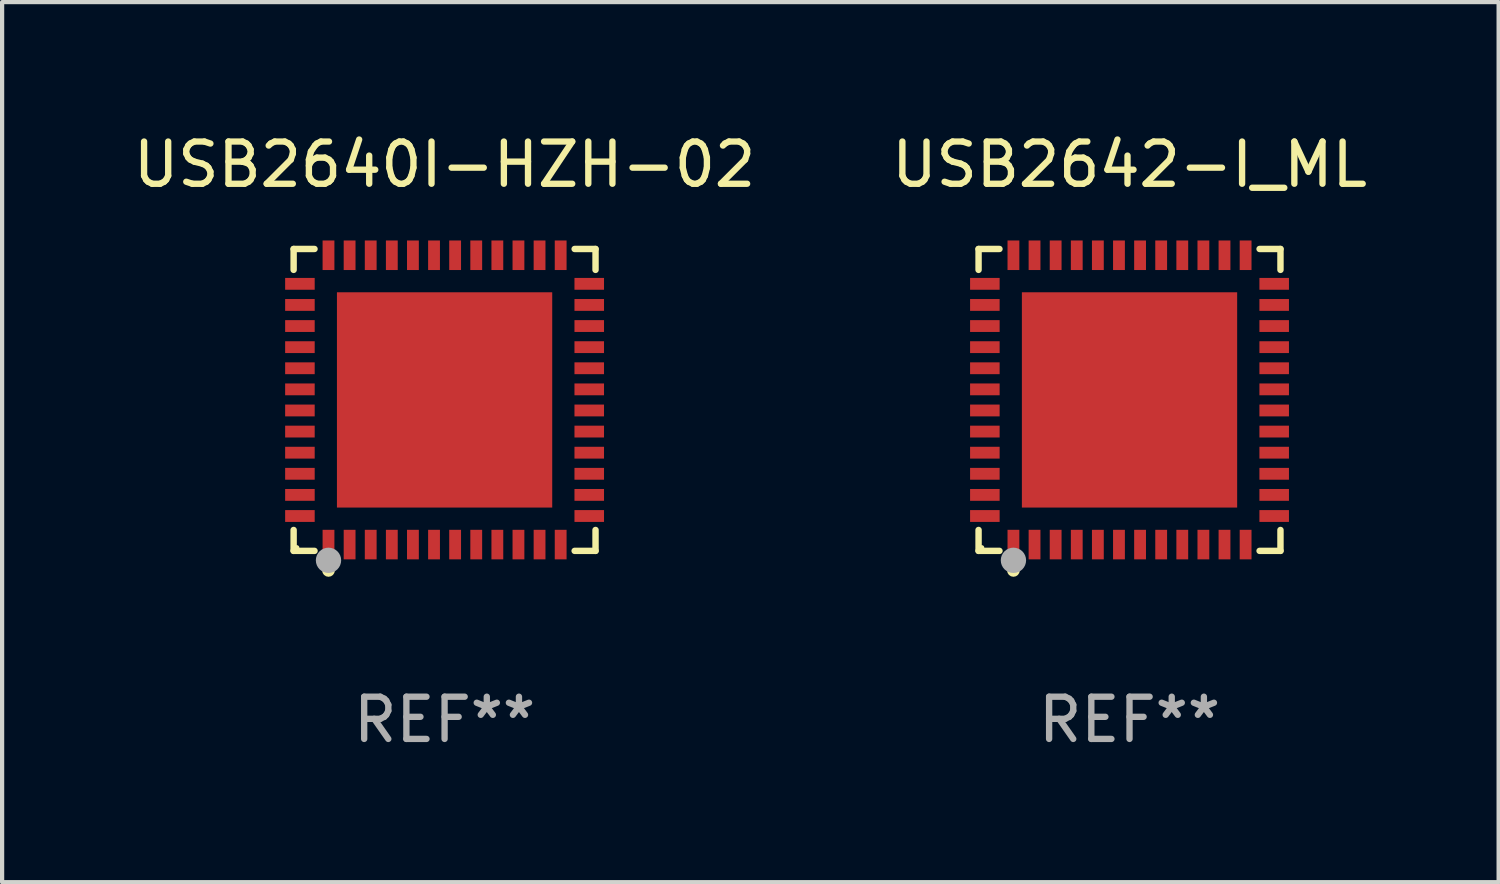
<source format=kicad_pcb>
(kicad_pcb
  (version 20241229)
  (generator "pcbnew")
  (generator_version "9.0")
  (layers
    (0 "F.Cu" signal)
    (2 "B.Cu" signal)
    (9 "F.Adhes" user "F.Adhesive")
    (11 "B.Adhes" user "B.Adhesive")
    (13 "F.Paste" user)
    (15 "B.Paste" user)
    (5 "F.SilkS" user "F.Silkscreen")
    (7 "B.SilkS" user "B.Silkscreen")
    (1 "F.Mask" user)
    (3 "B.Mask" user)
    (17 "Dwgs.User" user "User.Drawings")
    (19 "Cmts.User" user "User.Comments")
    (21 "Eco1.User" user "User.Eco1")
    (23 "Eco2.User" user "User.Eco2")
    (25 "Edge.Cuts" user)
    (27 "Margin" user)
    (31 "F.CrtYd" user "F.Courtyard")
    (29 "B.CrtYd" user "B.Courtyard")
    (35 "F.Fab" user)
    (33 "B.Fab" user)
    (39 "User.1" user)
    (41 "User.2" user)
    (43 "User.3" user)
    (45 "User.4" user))
  (footprint "USB2640I-HZH-02"
    (layer "F.Cu")
    (at 7.482 6.424)
    (property "Reference" "USB2640I-HZH-02" (at 0 -5.576 0) (layer "F.SilkS") (effects (font (size 1 1) (thickness 0.15))))
    (attr through_hole)
    (fp_line (start -3.576 -3.576) (end -3.081 -3.576) (stroke (width 0.152) (type solid)) (layer "F.SilkS"))
    (fp_line (start -3.576 -3.081) (end -3.576 -3.576) (stroke (width 0.152) (type solid)) (layer "F.SilkS"))
    (fp_line (start -3.576 3.081) (end -3.576 3.576) (stroke (width 0.152) (type solid)) (layer "F.SilkS"))
    (fp_line (start -3.576 3.576) (end -3.081 3.576) (stroke (width 0.152) (type solid)) (layer "F.SilkS"))
    (fp_line (start 3.576 -3.576) (end 3.081 -3.576) (stroke (width 0.152) (type solid)) (layer "F.SilkS"))
    (fp_line (start 3.576 -3.081) (end 3.576 -3.576) (stroke (width 0.152) (type solid)) (layer "F.SilkS"))
    (fp_line (start 3.576 3.081) (end 3.576 3.576) (stroke (width 0.152) (type solid)) (layer "F.SilkS"))
    (fp_line (start 3.576 3.576) (end 3.081 3.576) (stroke (width 0.152) (type solid)) (layer "F.SilkS"))
    (fp_circle (center -3.5 3.5) (end -3.47 3.5) (stroke (width 0.06) (type solid)) (fill no) (layer "F.SilkS"))
    (fp_circle (center -2.75 4.04) (end -2.675 4.04) (stroke (width 0.15) (type solid)) (fill no) (layer "F.SilkS"))
    (fp_circle (center -2.75 3.8) (end -2.6 3.8) (stroke (width 0.3) (type solid)) (fill no) (layer "F.Fab"))
    (fp_text user "REF**" (at 0 7.576 0) (layer "F.Fab") (effects (font (size 1 1) (thickness 0.15))))
    (pad "1" smd rect (at -2.75 3.427) (size 0.28 0.7) (layers "F.Cu" "F.Mask" "F.Paste"))
    (pad "2" smd rect (at -2.25 3.427) (size 0.28 0.7) (layers "F.Cu" "F.Mask" "F.Paste"))
    (pad "3" smd rect (at -1.75 3.427) (size 0.28 0.7) (layers "F.Cu" "F.Mask" "F.Paste"))
    (pad "4" smd rect (at -1.25 3.427) (size 0.28 0.7) (layers "F.Cu" "F.Mask" "F.Paste"))
    (pad "5" smd rect (at -0.75 3.427) (size 0.28 0.7) (layers "F.Cu" "F.Mask" "F.Paste"))
    (pad "6" smd rect (at -0.25 3.427) (size 0.28 0.7) (layers "F.Cu" "F.Mask" "F.Paste"))
    (pad "7" smd rect (at 0.25 3.427) (size 0.28 0.7) (layers "F.Cu" "F.Mask" "F.Paste"))
    (pad "8" smd rect (at 0.75 3.427) (size 0.28 0.7) (layers "F.Cu" "F.Mask" "F.Paste"))
    (pad "9" smd rect (at 1.25 3.427) (size 0.28 0.7) (layers "F.Cu" "F.Mask" "F.Paste"))
    (pad "10" smd rect (at 1.75 3.427) (size 0.28 0.7) (layers "F.Cu" "F.Mask" "F.Paste"))
    (pad "11" smd rect (at 2.25 3.427) (size 0.28 0.7) (layers "F.Cu" "F.Mask" "F.Paste"))
    (pad "12" smd rect (at 2.75 3.427) (size 0.28 0.7) (layers "F.Cu" "F.Mask" "F.Paste"))
    (pad "13" smd rect (at 3.427 2.75) (size 0.7 0.28) (layers "F.Cu" "F.Mask" "F.Paste"))
    (pad "14" smd rect (at 3.427 2.25) (size 0.7 0.28) (layers "F.Cu" "F.Mask" "F.Paste"))
    (pad "15" smd rect (at 3.427 1.75) (size 0.7 0.28) (layers "F.Cu" "F.Mask" "F.Paste"))
    (pad "16" smd rect (at 3.427 1.25) (size 0.7 0.28) (layers "F.Cu" "F.Mask" "F.Paste"))
    (pad "17" smd rect (at 3.427 0.75) (size 0.7 0.28) (layers "F.Cu" "F.Mask" "F.Paste"))
    (pad "18" smd rect (at 3.427 0.25) (size 0.7 0.28) (layers "F.Cu" "F.Mask" "F.Paste"))
    (pad "19" smd rect (at 3.427 -0.25) (size 0.7 0.28) (layers "F.Cu" "F.Mask" "F.Paste"))
    (pad "20" smd rect (at 3.427 -0.75) (size 0.7 0.28) (layers "F.Cu" "F.Mask" "F.Paste"))
    (pad "21" smd rect (at 3.427 -1.25) (size 0.7 0.28) (layers "F.Cu" "F.Mask" "F.Paste"))
    (pad "22" smd rect (at 3.427 -1.75) (size 0.7 0.28) (layers "F.Cu" "F.Mask" "F.Paste"))
    (pad "23" smd rect (at 3.427 -2.25) (size 0.7 0.28) (layers "F.Cu" "F.Mask" "F.Paste"))
    (pad "24" smd rect (at 3.427 -2.75) (size 0.7 0.28) (layers "F.Cu" "F.Mask" "F.Paste"))
    (pad "25" smd rect (at 2.75 -3.427) (size 0.28 0.7) (layers "F.Cu" "F.Mask" "F.Paste"))
    (pad "26" smd rect (at 2.25 -3.427) (size 0.28 0.7) (layers "F.Cu" "F.Mask" "F.Paste"))
    (pad "27" smd rect (at 1.75 -3.427) (size 0.28 0.7) (layers "F.Cu" "F.Mask" "F.Paste"))
    (pad "28" smd rect (at 1.25 -3.427) (size 0.28 0.7) (layers "F.Cu" "F.Mask" "F.Paste"))
    (pad "29" smd rect (at 0.75 -3.427) (size 0.28 0.7) (layers "F.Cu" "F.Mask" "F.Paste"))
    (pad "30" smd rect (at 0.25 -3.427) (size 0.28 0.7) (layers "F.Cu" "F.Mask" "F.Paste"))
    (pad "31" smd rect (at -0.25 -3.427) (size 0.28 0.7) (layers "F.Cu" "F.Mask" "F.Paste"))
    (pad "32" smd rect (at -0.75 -3.427) (size 0.28 0.7) (layers "F.Cu" "F.Mask" "F.Paste"))
    (pad "33" smd rect (at -1.25 -3.427) (size 0.28 0.7) (layers "F.Cu" "F.Mask" "F.Paste"))
    (pad "34" smd rect (at -1.75 -3.427) (size 0.28 0.7) (layers "F.Cu" "F.Mask" "F.Paste"))
    (pad "35" smd rect (at -2.25 -3.427) (size 0.28 0.7) (layers "F.Cu" "F.Mask" "F.Paste"))
    (pad "36" smd rect (at -2.75 -3.427) (size 0.28 0.7) (layers "F.Cu" "F.Mask" "F.Paste"))
    (pad "37" smd rect (at -3.427 -2.75) (size 0.7 0.28) (layers "F.Cu" "F.Mask" "F.Paste"))
    (pad "38" smd rect (at -3.427 -2.25) (size 0.7 0.28) (layers "F.Cu" "F.Mask" "F.Paste"))
    (pad "39" smd rect (at -3.427 -1.75) (size 0.7 0.28) (layers "F.Cu" "F.Mask" "F.Paste"))
    (pad "40" smd rect (at -3.427 -1.25) (size 0.7 0.28) (layers "F.Cu" "F.Mask" "F.Paste"))
    (pad "41" smd rect (at -3.427 -0.75) (size 0.7 0.28) (layers "F.Cu" "F.Mask" "F.Paste"))
    (pad "42" smd rect (at -3.427 -0.25) (size 0.7 0.28) (layers "F.Cu" "F.Mask" "F.Paste"))
    (pad "43" smd rect (at -3.427 0.25) (size 0.7 0.28) (layers "F.Cu" "F.Mask" "F.Paste"))
    (pad "44" smd rect (at -3.427 0.75) (size 0.7 0.28) (layers "F.Cu" "F.Mask" "F.Paste"))
    (pad "45" smd rect (at -3.427 1.25) (size 0.7 0.28) (layers "F.Cu" "F.Mask" "F.Paste"))
    (pad "46" smd rect (at -3.427 1.75) (size 0.7 0.28) (layers "F.Cu" "F.Mask" "F.Paste"))
    (pad "47" smd rect (at -3.427 2.25) (size 0.7 0.28) (layers "F.Cu" "F.Mask" "F.Paste"))
    (pad "48" smd rect (at -3.427 2.75) (size 0.7 0.28) (layers "F.Cu" "F.Mask" "F.Paste"))
    (pad "49" smd rect (at 0 0) (size 5.1 5.1) (layers "F.Cu" "F.Mask" "F.Paste")))
  (footprint "USB2642-I_ML"
    (layer "F.Cu")
    (at 23.708 6.424)
    (property "Reference" "USB2642-I_ML" (at 0 -5.576 0) (layer "F.SilkS") (effects (font (size 1 1) (thickness 0.15))))
    (attr through_hole)
    (fp_line (start -3.576 -3.576) (end -3.081 -3.576) (stroke (width 0.152) (type solid)) (layer "F.SilkS"))
    (fp_line (start -3.576 -3.081) (end -3.576 -3.576) (stroke (width 0.152) (type solid)) (layer "F.SilkS"))
    (fp_line (start -3.576 3.081) (end -3.576 3.576) (stroke (width 0.152) (type solid)) (layer "F.SilkS"))
    (fp_line (start -3.576 3.576) (end -3.081 3.576) (stroke (width 0.152) (type solid)) (layer "F.SilkS"))
    (fp_line (start 3.576 -3.576) (end 3.081 -3.576) (stroke (width 0.152) (type solid)) (layer "F.SilkS"))
    (fp_line (start 3.576 -3.081) (end 3.576 -3.576) (stroke (width 0.152) (type solid)) (layer "F.SilkS"))
    (fp_line (start 3.576 3.081) (end 3.576 3.576) (stroke (width 0.152) (type solid)) (layer "F.SilkS"))
    (fp_line (start 3.576 3.576) (end 3.081 3.576) (stroke (width 0.152) (type solid)) (layer "F.SilkS"))
    (fp_circle (center -3.5 3.5) (end -3.47 3.5) (stroke (width 0.06) (type solid)) (fill no) (layer "F.SilkS"))
    (fp_circle (center -2.75 4.04) (end -2.675 4.04) (stroke (width 0.15) (type solid)) (fill no) (layer "F.SilkS"))
    (fp_circle (center -2.75 3.8) (end -2.6 3.8) (stroke (width 0.3) (type solid)) (fill no) (layer "F.Fab"))
    (fp_text user "REF**" (at 0 7.576 0) (layer "F.Fab") (effects (font (size 1 1) (thickness 0.15))))
    (pad "1" smd rect (at -2.75 3.427) (size 0.28 0.7) (layers "F.Cu" "F.Mask" "F.Paste"))
    (pad "2" smd rect (at -2.25 3.427) (size 0.28 0.7) (layers "F.Cu" "F.Mask" "F.Paste"))
    (pad "3" smd rect (at -1.75 3.427) (size 0.28 0.7) (layers "F.Cu" "F.Mask" "F.Paste"))
    (pad "4" smd rect (at -1.25 3.427) (size 0.28 0.7) (layers "F.Cu" "F.Mask" "F.Paste"))
    (pad "5" smd rect (at -0.75 3.427) (size 0.28 0.7) (layers "F.Cu" "F.Mask" "F.Paste"))
    (pad "6" smd rect (at -0.25 3.427) (size 0.28 0.7) (layers "F.Cu" "F.Mask" "F.Paste"))
    (pad "7" smd rect (at 0.25 3.427) (size 0.28 0.7) (layers "F.Cu" "F.Mask" "F.Paste"))
    (pad "8" smd rect (at 0.75 3.427) (size 0.28 0.7) (layers "F.Cu" "F.Mask" "F.Paste"))
    (pad "9" smd rect (at 1.25 3.427) (size 0.28 0.7) (layers "F.Cu" "F.Mask" "F.Paste"))
    (pad "10" smd rect (at 1.75 3.427) (size 0.28 0.7) (layers "F.Cu" "F.Mask" "F.Paste"))
    (pad "11" smd rect (at 2.25 3.427) (size 0.28 0.7) (layers "F.Cu" "F.Mask" "F.Paste"))
    (pad "12" smd rect (at 2.75 3.427) (size 0.28 0.7) (layers "F.Cu" "F.Mask" "F.Paste"))
    (pad "13" smd rect (at 3.427 2.75) (size 0.7 0.28) (layers "F.Cu" "F.Mask" "F.Paste"))
    (pad "14" smd rect (at 3.427 2.25) (size 0.7 0.28) (layers "F.Cu" "F.Mask" "F.Paste"))
    (pad "15" smd rect (at 3.427 1.75) (size 0.7 0.28) (layers "F.Cu" "F.Mask" "F.Paste"))
    (pad "16" smd rect (at 3.427 1.25) (size 0.7 0.28) (layers "F.Cu" "F.Mask" "F.Paste"))
    (pad "17" smd rect (at 3.427 0.75) (size 0.7 0.28) (layers "F.Cu" "F.Mask" "F.Paste"))
    (pad "18" smd rect (at 3.427 0.25) (size 0.7 0.28) (layers "F.Cu" "F.Mask" "F.Paste"))
    (pad "19" smd rect (at 3.427 -0.25) (size 0.7 0.28) (layers "F.Cu" "F.Mask" "F.Paste"))
    (pad "20" smd rect (at 3.427 -0.75) (size 0.7 0.28) (layers "F.Cu" "F.Mask" "F.Paste"))
    (pad "21" smd rect (at 3.427 -1.25) (size 0.7 0.28) (layers "F.Cu" "F.Mask" "F.Paste"))
    (pad "22" smd rect (at 3.427 -1.75) (size 0.7 0.28) (layers "F.Cu" "F.Mask" "F.Paste"))
    (pad "23" smd rect (at 3.427 -2.25) (size 0.7 0.28) (layers "F.Cu" "F.Mask" "F.Paste"))
    (pad "24" smd rect (at 3.427 -2.75) (size 0.7 0.28) (layers "F.Cu" "F.Mask" "F.Paste"))
    (pad "25" smd rect (at 2.75 -3.427) (size 0.28 0.7) (layers "F.Cu" "F.Mask" "F.Paste"))
    (pad "26" smd rect (at 2.25 -3.427) (size 0.28 0.7) (layers "F.Cu" "F.Mask" "F.Paste"))
    (pad "27" smd rect (at 1.75 -3.427) (size 0.28 0.7) (layers "F.Cu" "F.Mask" "F.Paste"))
    (pad "28" smd rect (at 1.25 -3.427) (size 0.28 0.7) (layers "F.Cu" "F.Mask" "F.Paste"))
    (pad "29" smd rect (at 0.75 -3.427) (size 0.28 0.7) (layers "F.Cu" "F.Mask" "F.Paste"))
    (pad "30" smd rect (at 0.25 -3.427) (size 0.28 0.7) (layers "F.Cu" "F.Mask" "F.Paste"))
    (pad "31" smd rect (at -0.25 -3.427) (size 0.28 0.7) (layers "F.Cu" "F.Mask" "F.Paste"))
    (pad "32" smd rect (at -0.75 -3.427) (size 0.28 0.7) (layers "F.Cu" "F.Mask" "F.Paste"))
    (pad "33" smd rect (at -1.25 -3.427) (size 0.28 0.7) (layers "F.Cu" "F.Mask" "F.Paste"))
    (pad "34" smd rect (at -1.75 -3.427) (size 0.28 0.7) (layers "F.Cu" "F.Mask" "F.Paste"))
    (pad "35" smd rect (at -2.25 -3.427) (size 0.28 0.7) (layers "F.Cu" "F.Mask" "F.Paste"))
    (pad "36" smd rect (at -2.75 -3.427) (size 0.28 0.7) (layers "F.Cu" "F.Mask" "F.Paste"))
    (pad "37" smd rect (at -3.427 -2.75) (size 0.7 0.28) (layers "F.Cu" "F.Mask" "F.Paste"))
    (pad "38" smd rect (at -3.427 -2.25) (size 0.7 0.28) (layers "F.Cu" "F.Mask" "F.Paste"))
    (pad "39" smd rect (at -3.427 -1.75) (size 0.7 0.28) (layers "F.Cu" "F.Mask" "F.Paste"))
    (pad "40" smd rect (at -3.427 -1.25) (size 0.7 0.28) (layers "F.Cu" "F.Mask" "F.Paste"))
    (pad "41" smd rect (at -3.427 -0.75) (size 0.7 0.28) (layers "F.Cu" "F.Mask" "F.Paste"))
    (pad "42" smd rect (at -3.427 -0.25) (size 0.7 0.28) (layers "F.Cu" "F.Mask" "F.Paste"))
    (pad "43" smd rect (at -3.427 0.25) (size 0.7 0.28) (layers "F.Cu" "F.Mask" "F.Paste"))
    (pad "44" smd rect (at -3.427 0.75) (size 0.7 0.28) (layers "F.Cu" "F.Mask" "F.Paste"))
    (pad "45" smd rect (at -3.427 1.25) (size 0.7 0.28) (layers "F.Cu" "F.Mask" "F.Paste"))
    (pad "46" smd rect (at -3.427 1.75) (size 0.7 0.28) (layers "F.Cu" "F.Mask" "F.Paste"))
    (pad "47" smd rect (at -3.427 2.25) (size 0.7 0.28) (layers "F.Cu" "F.Mask" "F.Paste"))
    (pad "48" smd rect (at -3.427 2.75) (size 0.7 0.28) (layers "F.Cu" "F.Mask" "F.Paste"))
    (pad "49" smd rect (at 0 0) (size 5.1 5.1) (layers "F.Cu" "F.Mask" "F.Paste")))
  (gr_rect
    (start -3 -3)
    (end 32.452 17.849)
    (stroke (width 0.1) (type default))
    (fill no)
    (layer "Edge.Cuts")))
</source>
